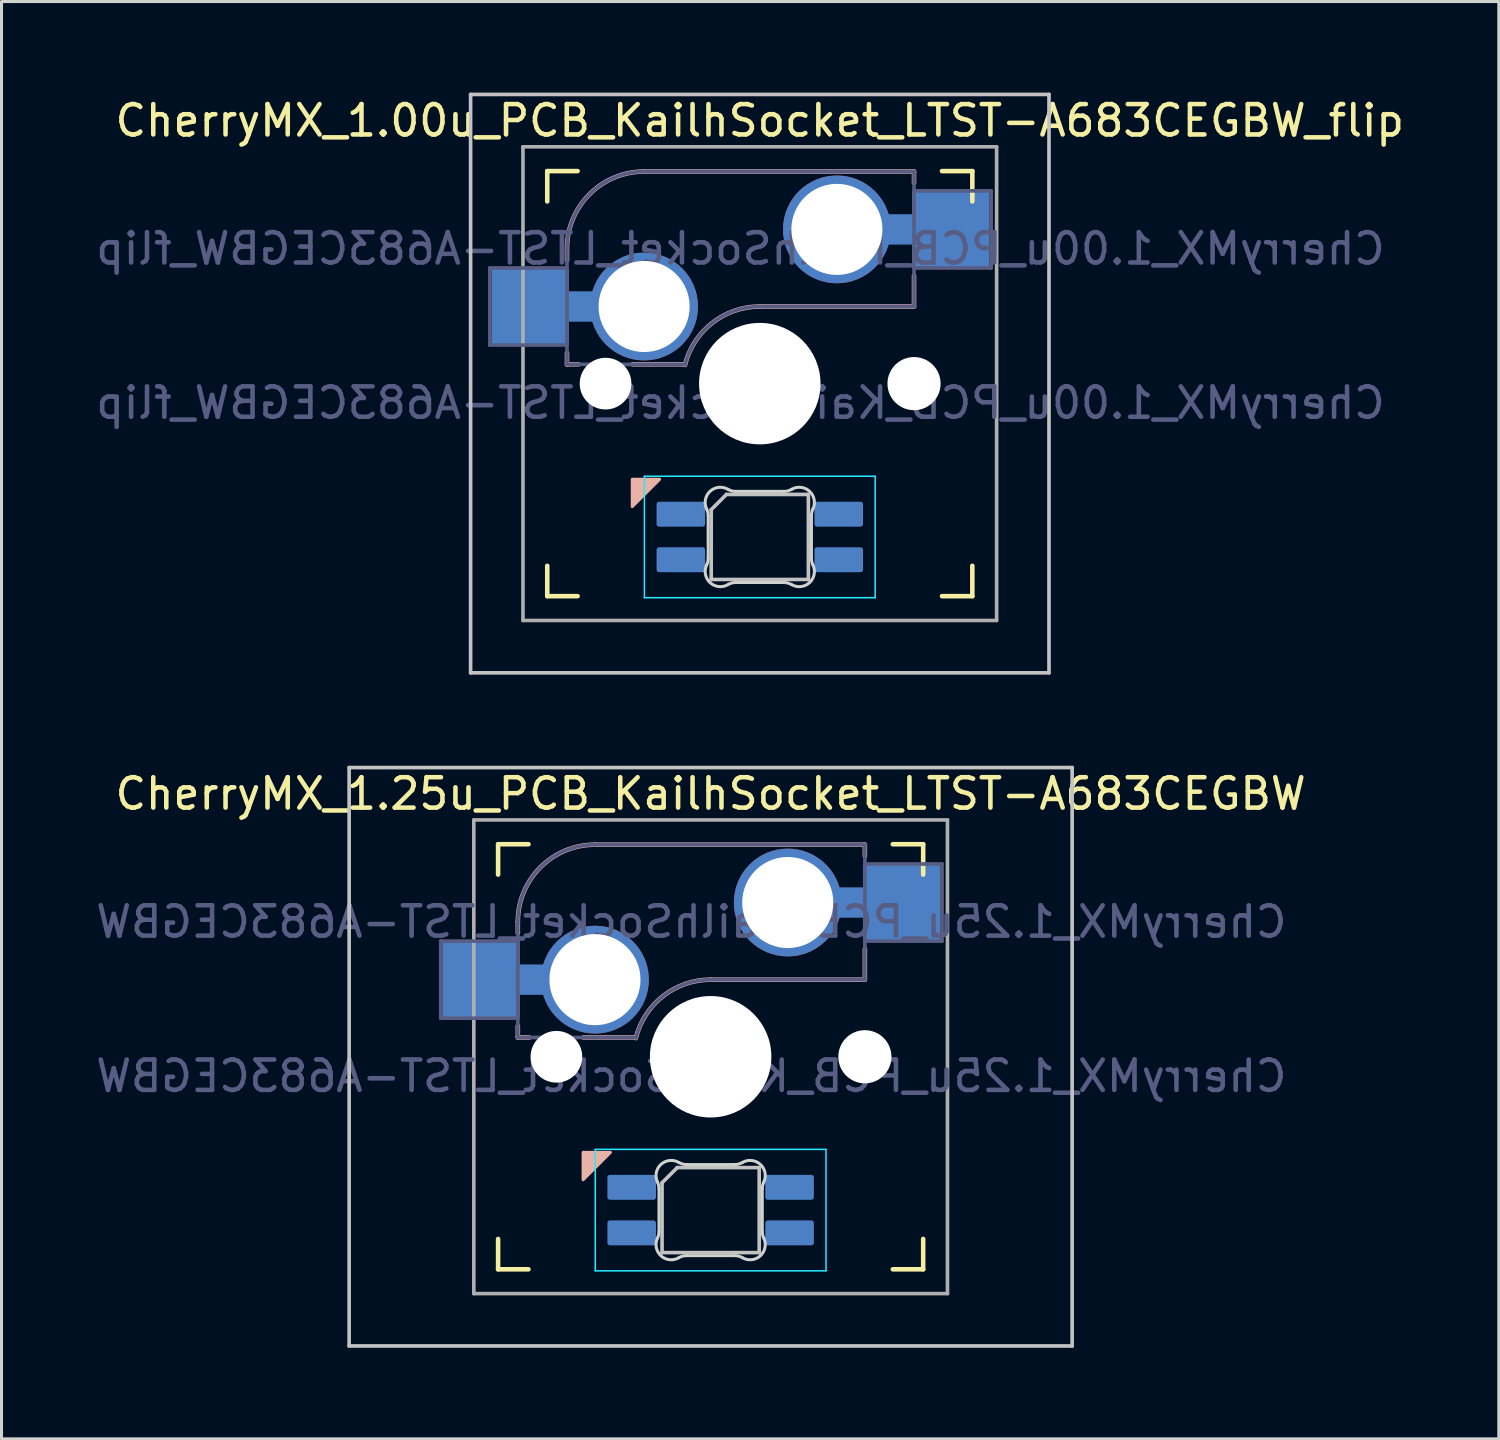
<source format=kicad_pcb>
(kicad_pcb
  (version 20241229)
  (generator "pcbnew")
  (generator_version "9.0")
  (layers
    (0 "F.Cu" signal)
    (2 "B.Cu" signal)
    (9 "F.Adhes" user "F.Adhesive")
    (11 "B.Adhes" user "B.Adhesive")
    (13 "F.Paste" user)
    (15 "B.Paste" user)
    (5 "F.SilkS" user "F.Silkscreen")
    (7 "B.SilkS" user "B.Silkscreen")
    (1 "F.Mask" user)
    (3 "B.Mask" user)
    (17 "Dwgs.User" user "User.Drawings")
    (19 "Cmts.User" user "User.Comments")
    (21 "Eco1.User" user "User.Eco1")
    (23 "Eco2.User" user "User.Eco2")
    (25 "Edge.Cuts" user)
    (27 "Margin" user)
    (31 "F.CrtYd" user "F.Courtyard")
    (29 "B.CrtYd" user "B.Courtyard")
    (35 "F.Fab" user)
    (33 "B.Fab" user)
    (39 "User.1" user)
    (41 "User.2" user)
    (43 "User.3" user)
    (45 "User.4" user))
  (footprint "CherryMX_1.25u_PCB_KailhSocket_LTST-A683CEGBW"
    (layer "F.Cu")
    (at 20.355 31.755)
    (property "Reference" "CherryMX_1.25u_PCB_KailhSocket_LTST-A683CEGBW" (at 0 -8.662 0) (layer "F.SilkS") (effects (font (size 1 1) (thickness 0.15))))
    (property "Value" "CherryMX_1.25u_PCB_KailhSocket_LTST-A683CEGBW" (at 0 8.662 0) (layer "F.Fab") (hide yes) (effects (font (size 1 1) (thickness 0.15))))
    (attr through_hole)
    (fp_line (start -7 -6) (end -7 -7) (stroke (width 0.15) (type solid)) (layer "F.SilkS"))
    (fp_line (start -7 7) (end -7 6) (stroke (width 0.15) (type solid)) (layer "F.SilkS"))
    (fp_line (start -7 7) (end -6 7) (stroke (width 0.15) (type solid)) (layer "F.SilkS"))
    (fp_line (start -6 -7) (end -7 -7) (stroke (width 0.15) (type solid)) (layer "F.SilkS"))
    (fp_line (start 6 7) (end 7 7) (stroke (width 0.15) (type solid)) (layer "F.SilkS"))
    (fp_line (start 7 -7) (end 6 -7) (stroke (width 0.15) (type solid)) (layer "F.SilkS"))
    (fp_line (start 7 -7) (end 7 -6) (stroke (width 0.15) (type solid)) (layer "F.SilkS"))
    (fp_line (start 7 6) (end 7 7) (stroke (width 0.15) (type solid)) (layer "F.SilkS"))
    (fp_line (start -6.35 -4.445) (end -6.35 -4.064) (stroke (width 0.15) (type solid)) (layer "B.SilkS"))
    (fp_line (start -6.35 -1.016) (end -6.35 -0.635) (stroke (width 0.15) (type solid)) (layer "B.SilkS"))
    (fp_line (start -5.969 -0.635) (end -6.35 -0.635) (stroke (width 0.15) (type solid)) (layer "B.SilkS"))
    (fp_line (start -3.81 -6.985) (end 5.08 -6.985) (stroke (width 0.15) (type solid)) (layer "B.SilkS"))
    (fp_line (start -2.464 -0.635) (end -4.191 -0.635) (stroke (width 0.15) (type solid)) (layer "B.SilkS"))
    (fp_line (start 5.08 -6.985) (end 5.08 -6.604) (stroke (width 0.15) (type solid)) (layer "B.SilkS"))
    (fp_line (start 5.08 -3.556) (end 5.08 -2.54) (stroke (width 0.15) (type solid)) (layer "B.SilkS"))
    (fp_line (start 5.08 -2.54) (end 0 -2.54) (stroke (width 0.15) (type solid)) (layer "B.SilkS"))
    (fp_arc (start -6.35 -4.445) (mid -5.606051 -6.241051) (end -3.81 -6.985) (stroke (width 0.15) (type solid)) (layer "B.SilkS"))
    (fp_arc (start -2.464162 -0.61604) (mid -1.563147 -2.002042) (end 0 -2.54) (stroke (width 0.15) (type solid)) (layer "B.SilkS"))
    (fp_poly (pts (xy -4.2 4.05) (xy -3.3 3.15) (xy -4.2 3.15)) (stroke (width 0.1) (type solid)) (fill yes) (layer "B.SilkS"))
    (fp_line (start -11.906 -9.525) (end 11.906 -9.525) (stroke (width 0.12) (type solid)) (layer "Dwgs.User"))
    (fp_line (start -11.906 9.525) (end -11.906 -9.525) (stroke (width 0.12) (type solid)) (layer "Dwgs.User"))
    (fp_line (start -1.6 4.15) (end -1.6 6.45) (stroke (width 0.12) (type solid)) (layer "Dwgs.User"))
    (fp_line (start -1.6 4.15) (end -1.1 3.65) (stroke (width 0.12) (type solid)) (layer "Dwgs.User"))
    (fp_line (start -1.6 6.45) (end 1.6 6.45) (stroke (width 0.12) (type solid)) (layer "Dwgs.User"))
    (fp_line (start 1.6 3.65) (end -1.1 3.65) (stroke (width 0.12) (type solid)) (layer "Dwgs.User"))
    (fp_line (start 1.6 6.45) (end 1.6 3.65) (stroke (width 0.12) (type solid)) (layer "Dwgs.User"))
    (fp_line (start 11.906 -9.525) (end 11.906 9.525) (stroke (width 0.12) (type solid)) (layer "Dwgs.User"))
    (fp_line (start 11.906 9.525) (end -11.906 9.525) (stroke (width 0.12) (type solid)) (layer "Dwgs.User"))
    (fp_line (start -6.9 6.9) (end -6.9 -6.9) (stroke (width 0.15) (type solid)) (layer "Eco2.User"))
    (fp_line (start -6.9 6.9) (end 6.9 6.9) (stroke (width 0.15) (type solid)) (layer "Eco2.User"))
    (fp_line (start 6.9 -6.9) (end -6.9 -6.9) (stroke (width 0.15) (type solid)) (layer "Eco2.User"))
    (fp_line (start 6.9 -6.9) (end 6.9 6.9) (stroke (width 0.15) (type solid)) (layer "Eco2.User"))
    (fp_line (start -1.7 5.753) (end -1.7 4.347) (stroke (width 0.1) (type solid)) (layer "Edge.Cuts"))
    (fp_line (start -0.794 3.55) (end 0.794 3.55) (stroke (width 0.1) (type solid)) (layer "Edge.Cuts"))
    (fp_line (start 0.794 6.55) (end -0.794 6.55) (stroke (width 0.1) (type solid)) (layer "Edge.Cuts"))
    (fp_line (start 1.7 4.347) (end 1.7 5.753) (stroke (width 0.1) (type solid)) (layer "Edge.Cuts"))
    (fp_arc (start -1.749484 4.13028) (mid -1.712527 4.235932) (end -1.699999 4.347158) (stroke (width 0.1) (type solid)) (layer "Edge.Cuts"))
    (fp_arc (start -1.749484 4.130281) (mid -1.638072 3.545965) (end -1.046711 3.481701) (stroke (width 0.1) (type solid)) (layer "Edge.Cuts"))
    (fp_arc (start -1.699999 5.752843) (mid -1.712527 5.864068) (end -1.749484 5.96972) (stroke (width 0.1) (type solid)) (layer "Edge.Cuts"))
    (fp_arc (start -1.046711 6.618298) (mid -1.63807 6.554034) (end -1.749484 5.96972) (stroke (width 0.1) (type solid)) (layer "Edge.Cuts"))
    (fp_arc (start -1.046711 6.618298) (mid -0.925123 6.567376) (end -0.794453 6.549999) (stroke (width 0.1) (type solid)) (layer "Edge.Cuts"))
    (fp_arc (start -0.794452 3.55) (mid -0.925123 3.532623) (end -1.046711 3.481701) (stroke (width 0.1) (type solid)) (layer "Edge.Cuts"))
    (fp_arc (start 0.794453 6.55) (mid 0.925123 6.567377) (end 1.046711 6.618299) (stroke (width 0.1) (type solid)) (layer "Edge.Cuts"))
    (fp_arc (start 1.04671 3.481701) (mid 0.925122 3.532623) (end 0.794452 3.55) (stroke (width 0.1) (type solid)) (layer "Edge.Cuts"))
    (fp_arc (start 1.046711 3.481703) (mid 1.63807 3.545966) (end 1.749484 4.13028) (stroke (width 0.1) (type solid)) (layer "Edge.Cuts"))
    (fp_arc (start 1.699999 4.347157) (mid 1.712527 4.235932) (end 1.749484 4.13028) (stroke (width 0.1) (type solid)) (layer "Edge.Cuts"))
    (fp_arc (start 1.749484 5.96972) (mid 1.638071 6.554035) (end 1.046711 6.618299) (stroke (width 0.1) (type solid)) (layer "Edge.Cuts"))
    (fp_arc (start 1.749484 5.96972) (mid 1.712527 5.864068) (end 1.699999 5.752842) (stroke (width 0.1) (type solid)) (layer "Edge.Cuts"))
    (fp_line (start -3.8 3.05) (end -3.8 7.05) (stroke (width 0.05) (type solid)) (layer "B.CrtYd"))
    (fp_line (start -3.8 7.05) (end 3.8 7.05) (stroke (width 0.05) (type solid)) (layer "B.CrtYd"))
    (fp_line (start 3.8 3.05) (end -3.8 3.05) (stroke (width 0.05) (type solid)) (layer "B.CrtYd"))
    (fp_line (start 3.8 7.05) (end 3.8 3.05) (stroke (width 0.05) (type solid)) (layer "B.CrtYd"))
    (fp_line (start -8.89 -3.81) (end -6.35 -3.81) (stroke (width 0.12) (type solid)) (layer "B.Fab"))
    (fp_line (start -8.89 -1.27) (end -8.89 -3.81) (stroke (width 0.12) (type solid)) (layer "B.Fab"))
    (fp_line (start -6.35 -1.27) (end -8.89 -1.27) (stroke (width 0.12) (type solid)) (layer "B.Fab"))
    (fp_line (start -6.35 -0.635) (end -6.35 -4.445) (stroke (width 0.12) (type solid)) (layer "B.Fab"))
    (fp_line (start -6.35 -0.635) (end -2.54 -0.635) (stroke (width 0.12) (type solid)) (layer "B.Fab"))
    (fp_line (start -3.81 -6.985) (end 5.08 -6.985) (stroke (width 0.12) (type solid)) (layer "B.Fab"))
    (fp_line (start 5.08 -6.985) (end 5.08 -2.54) (stroke (width 0.12) (type solid)) (layer "B.Fab"))
    (fp_line (start 5.08 -6.35) (end 7.62 -6.35) (stroke (width 0.12) (type solid)) (layer "B.Fab"))
    (fp_line (start 5.08 -2.54) (end 0 -2.54) (stroke (width 0.12) (type solid)) (layer "B.Fab"))
    (fp_line (start 7.62 -6.35) (end 7.62 -3.81) (stroke (width 0.12) (type solid)) (layer "B.Fab"))
    (fp_line (start 7.62 -3.81) (end 5.08 -3.81) (stroke (width 0.12) (type solid)) (layer "B.Fab"))
    (fp_arc (start -6.35 -4.445) (mid -5.606051 -6.241051) (end -3.81 -6.985) (stroke (width 0.12) (type solid)) (layer "B.Fab"))
    (fp_arc (start -2.464162 -0.61604) (mid -1.563147 -2.002042) (end 0 -2.54) (stroke (width 0.12) (type solid)) (layer "B.Fab"))
    (fp_line (start -7.8 -7.8) (end -7.8 7.8) (stroke (width 0.12) (type solid)) (layer "F.Fab"))
    (fp_line (start -7.8 -7.8) (end 7.8 -7.8) (stroke (width 0.12) (type solid)) (layer "F.Fab"))
    (fp_line (start -7.8 7.8) (end 7.8 7.8) (stroke (width 0.12) (type solid)) (layer "F.Fab"))
    (fp_line (start 7.8 -7.8) (end 7.8 7.8) (stroke (width 0.12) (type solid)) (layer "F.Fab"))
    (fp_text user "${REFERENCE}" (at -0.635 -4.445 0) (layer "B.Fab") (effects (font (size 1 1) (thickness 0.15)) (justify mirror)))
    (fp_text user "${VALUE}" (at -0.635 0.635 0) (layer "B.Fab") (effects (font (size 1 1) (thickness 0.15)) (justify mirror)))
    (pad "" np_thru_hole circle (at -5.08 0) (size 1.702 1.702) (drill 1.702) (layers "*.Cu" "*.Mask"))
    (pad "" np_thru_hole circle (at 0 0) (size 4 4) (drill 4) (layers "*.Cu" "*.Mask"))
    (pad "" np_thru_hole circle (at 5.08 0) (size 1.702 1.702) (drill 1.702) (layers "*.Cu" "*.Mask"))
    (pad "" np_thru_hole circle (at 5.08 0) (size 1.75 1.75) (drill 1.75) (layers "*.Cu" "*.Mask"))
    (pad "1" smd rect (at -7.56 -2.54) (size 2.55 2.5) (layers "B.Cu" "B.Mask" "B.Paste"))
    (pad "1" connect rect (at -5.715 -2.54 90) (size 1 2.5) (layers "B.Cu"))
    (pad "1" thru_hole circle (at -3.81 -2.54) (size 3.55 3.55) (drill 3) (layers "*.Cu"))
    (pad "2" thru_hole circle (at 2.54 -5.08) (size 3.55 3.55) (drill 3) (layers "*.Cu"))
    (pad "2" connect rect (at 5.015 -5.08 270) (size 1 2.5) (layers "B.Cu"))
    (pad "2" smd rect (at 6.29 -5.08) (size 2.55 2.5) (layers "B.Cu" "B.Mask" "B.Paste"))
    (pad "3" smd roundrect (at -2.6 4.3 90) (size 0.82 1.6) (layers "B.Cu" "B.Mask" "B.Paste") (roundrect_rratio 0.1))
    (pad "4" smd roundrect (at -2.6 5.8 90) (size 0.82 1.6) (layers "B.Cu" "B.Mask" "B.Paste") (roundrect_rratio 0.1))
    (pad "5" smd roundrect (at 2.6 4.3 90) (size 0.82 1.6) (layers "B.Cu" "B.Mask" "B.Paste") (roundrect_rratio 0.1))
    (pad "6" smd roundrect (at 2.6 5.8 90) (size 0.82 1.6) (layers "B.Cu" "B.Mask" "B.Paste") (roundrect_rratio 0.1)))
  (footprint "CherryMX_1.00u_PCB_KailhSocket_LTST-A683CEGBW_flip"
    (layer "F.Cu")
    (at 21.974 9.585)
    (property "Reference" "CherryMX_1.00u_PCB_KailhSocket_LTST-A683CEGBW_flip" (at 0 -8.662 0) (layer "F.SilkS") (effects (font (size 1 1) (thickness 0.15))))
    (property "Value" "CherryMX_1.00u_PCB_KailhSocket_LTST-A683CEGBW_flip" (at 0 8.662 0) (layer "F.Fab") (hide yes) (effects (font (size 1 1) (thickness 0.15))))
    (attr through_hole)
    (fp_line (start -7 -6) (end -7 -7) (stroke (width 0.15) (type solid)) (layer "F.SilkS"))
    (fp_line (start -7 7) (end -7 6) (stroke (width 0.15) (type solid)) (layer "F.SilkS"))
    (fp_line (start -7 7) (end -6 7) (stroke (width 0.15) (type solid)) (layer "F.SilkS"))
    (fp_line (start -6 -7) (end -7 -7) (stroke (width 0.15) (type solid)) (layer "F.SilkS"))
    (fp_line (start 6 7) (end 7 7) (stroke (width 0.15) (type solid)) (layer "F.SilkS"))
    (fp_line (start 7 -7) (end 6 -7) (stroke (width 0.15) (type solid)) (layer "F.SilkS"))
    (fp_line (start 7 -7) (end 7 -6) (stroke (width 0.15) (type solid)) (layer "F.SilkS"))
    (fp_line (start 7 6) (end 7 7) (stroke (width 0.15) (type solid)) (layer "F.SilkS"))
    (fp_line (start -6.35 -4.445) (end -6.35 -4.064) (stroke (width 0.15) (type solid)) (layer "B.SilkS"))
    (fp_line (start -6.35 -1.016) (end -6.35 -0.635) (stroke (width 0.15) (type solid)) (layer "B.SilkS"))
    (fp_line (start -5.969 -0.635) (end -6.35 -0.635) (stroke (width 0.15) (type solid)) (layer "B.SilkS"))
    (fp_line (start -3.81 -6.985) (end 5.08 -6.985) (stroke (width 0.15) (type solid)) (layer "B.SilkS"))
    (fp_line (start -2.464 -0.635) (end -4.191 -0.635) (stroke (width 0.15) (type solid)) (layer "B.SilkS"))
    (fp_line (start 5.08 -6.985) (end 5.08 -6.604) (stroke (width 0.15) (type solid)) (layer "B.SilkS"))
    (fp_line (start 5.08 -3.556) (end 5.08 -2.54) (stroke (width 0.15) (type solid)) (layer "B.SilkS"))
    (fp_line (start 5.08 -2.54) (end 0 -2.54) (stroke (width 0.15) (type solid)) (layer "B.SilkS"))
    (fp_arc (start -6.35 -4.445) (mid -5.606051 -6.241051) (end -3.81 -6.985) (stroke (width 0.15) (type solid)) (layer "B.SilkS"))
    (fp_arc (start -2.464162 -0.61604) (mid -1.563147 -2.002042) (end 0 -2.54) (stroke (width 0.15) (type solid)) (layer "B.SilkS"))
    (fp_poly (pts (xy -4.2 4.05) (xy -3.3 3.15) (xy -4.2 3.15)) (stroke (width 0.1) (type solid)) (fill yes) (layer "B.SilkS"))
    (fp_line (start -9.525 -9.525) (end 9.525 -9.525) (stroke (width 0.12) (type solid)) (layer "Dwgs.User"))
    (fp_line (start -9.525 9.525) (end -9.525 -9.525) (stroke (width 0.12) (type solid)) (layer "Dwgs.User"))
    (fp_line (start -1.6 4.15) (end -1.6 6.45) (stroke (width 0.12) (type solid)) (layer "Dwgs.User"))
    (fp_line (start -1.6 4.15) (end -1.1 3.65) (stroke (width 0.12) (type solid)) (layer "Dwgs.User"))
    (fp_line (start -1.6 6.45) (end 1.6 6.45) (stroke (width 0.12) (type solid)) (layer "Dwgs.User"))
    (fp_line (start 1.6 3.65) (end -1.1 3.65) (stroke (width 0.12) (type solid)) (layer "Dwgs.User"))
    (fp_line (start 1.6 6.45) (end 1.6 3.65) (stroke (width 0.12) (type solid)) (layer "Dwgs.User"))
    (fp_line (start 9.525 -9.525) (end 9.525 9.525) (stroke (width 0.12) (type solid)) (layer "Dwgs.User"))
    (fp_line (start 9.525 9.525) (end -9.525 9.525) (stroke (width 0.12) (type solid)) (layer "Dwgs.User"))
    (fp_line (start -6.9 6.9) (end -6.9 -6.9) (stroke (width 0.15) (type solid)) (layer "Eco2.User"))
    (fp_line (start -6.9 6.9) (end 6.9 6.9) (stroke (width 0.15) (type solid)) (layer "Eco2.User"))
    (fp_line (start 6.9 -6.9) (end -6.9 -6.9) (stroke (width 0.15) (type solid)) (layer "Eco2.User"))
    (fp_line (start 6.9 -6.9) (end 6.9 6.9) (stroke (width 0.15) (type solid)) (layer "Eco2.User"))
    (fp_line (start -1.7 5.753) (end -1.7 4.347) (stroke (width 0.1) (type solid)) (layer "Edge.Cuts"))
    (fp_line (start -0.794 3.55) (end 0.794 3.55) (stroke (width 0.1) (type solid)) (layer "Edge.Cuts"))
    (fp_line (start 0.794 6.55) (end -0.794 6.55) (stroke (width 0.1) (type solid)) (layer "Edge.Cuts"))
    (fp_line (start 1.7 4.347) (end 1.7 5.753) (stroke (width 0.1) (type solid)) (layer "Edge.Cuts"))
    (fp_arc (start -1.749484 4.13028) (mid -1.712527 4.235932) (end -1.699999 4.347158) (stroke (width 0.1) (type solid)) (layer "Edge.Cuts"))
    (fp_arc (start -1.749484 4.130281) (mid -1.638072 3.545965) (end -1.046711 3.481701) (stroke (width 0.1) (type solid)) (layer "Edge.Cuts"))
    (fp_arc (start -1.699999 5.752843) (mid -1.712527 5.864068) (end -1.749484 5.96972) (stroke (width 0.1) (type solid)) (layer "Edge.Cuts"))
    (fp_arc (start -1.046711 6.618298) (mid -1.63807 6.554034) (end -1.749484 5.96972) (stroke (width 0.1) (type solid)) (layer "Edge.Cuts"))
    (fp_arc (start -1.046711 6.618298) (mid -0.925123 6.567376) (end -0.794453 6.549999) (stroke (width 0.1) (type solid)) (layer "Edge.Cuts"))
    (fp_arc (start -0.794452 3.55) (mid -0.925123 3.532623) (end -1.046711 3.481701) (stroke (width 0.1) (type solid)) (layer "Edge.Cuts"))
    (fp_arc (start 0.794453 6.55) (mid 0.925123 6.567377) (end 1.046711 6.618299) (stroke (width 0.1) (type solid)) (layer "Edge.Cuts"))
    (fp_arc (start 1.04671 3.481701) (mid 0.925122 3.532623) (end 0.794452 3.55) (stroke (width 0.1) (type solid)) (layer "Edge.Cuts"))
    (fp_arc (start 1.046711 3.481703) (mid 1.63807 3.545966) (end 1.749484 4.13028) (stroke (width 0.1) (type solid)) (layer "Edge.Cuts"))
    (fp_arc (start 1.699999 4.347157) (mid 1.712527 4.235932) (end 1.749484 4.13028) (stroke (width 0.1) (type solid)) (layer "Edge.Cuts"))
    (fp_arc (start 1.749484 5.96972) (mid 1.638071 6.554035) (end 1.046711 6.618299) (stroke (width 0.1) (type solid)) (layer "Edge.Cuts"))
    (fp_arc (start 1.749484 5.96972) (mid 1.712527 5.864068) (end 1.699999 5.752842) (stroke (width 0.1) (type solid)) (layer "Edge.Cuts"))
    (fp_line (start -3.8 3.05) (end -3.8 7.05) (stroke (width 0.05) (type solid)) (layer "B.CrtYd"))
    (fp_line (start -3.8 7.05) (end 3.8 7.05) (stroke (width 0.05) (type solid)) (layer "B.CrtYd"))
    (fp_line (start 3.8 3.05) (end -3.8 3.05) (stroke (width 0.05) (type solid)) (layer "B.CrtYd"))
    (fp_line (start 3.8 7.05) (end 3.8 3.05) (stroke (width 0.05) (type solid)) (layer "B.CrtYd"))
    (fp_line (start -8.89 -3.81) (end -6.35 -3.81) (stroke (width 0.12) (type solid)) (layer "B.Fab"))
    (fp_line (start -8.89 -1.27) (end -8.89 -3.81) (stroke (width 0.12) (type solid)) (layer "B.Fab"))
    (fp_line (start -6.35 -1.27) (end -8.89 -1.27) (stroke (width 0.12) (type solid)) (layer "B.Fab"))
    (fp_line (start -6.35 -0.635) (end -6.35 -4.445) (stroke (width 0.12) (type solid)) (layer "B.Fab"))
    (fp_line (start -6.35 -0.635) (end -2.54 -0.635) (stroke (width 0.12) (type solid)) (layer "B.Fab"))
    (fp_line (start -3.81 -6.985) (end 5.08 -6.985) (stroke (width 0.12) (type solid)) (layer "B.Fab"))
    (fp_line (start 5.08 -6.985) (end 5.08 -2.54) (stroke (width 0.12) (type solid)) (layer "B.Fab"))
    (fp_line (start 5.08 -6.35) (end 7.62 -6.35) (stroke (width 0.12) (type solid)) (layer "B.Fab"))
    (fp_line (start 5.08 -2.54) (end 0 -2.54) (stroke (width 0.12) (type solid)) (layer "B.Fab"))
    (fp_line (start 7.62 -6.35) (end 7.62 -3.81) (stroke (width 0.12) (type solid)) (layer "B.Fab"))
    (fp_line (start 7.62 -3.81) (end 5.08 -3.81) (stroke (width 0.12) (type solid)) (layer "B.Fab"))
    (fp_arc (start -6.35 -4.445) (mid -5.606051 -6.241051) (end -3.81 -6.985) (stroke (width 0.12) (type solid)) (layer "B.Fab"))
    (fp_arc (start -2.464162 -0.61604) (mid -1.563147 -2.002042) (end 0 -2.54) (stroke (width 0.12) (type solid)) (layer "B.Fab"))
    (fp_line (start -7.8 -7.8) (end -7.8 7.8) (stroke (width 0.12) (type solid)) (layer "F.Fab"))
    (fp_line (start -7.8 -7.8) (end 7.8 -7.8) (stroke (width 0.12) (type solid)) (layer "F.Fab"))
    (fp_line (start -7.8 7.8) (end 7.8 7.8) (stroke (width 0.12) (type solid)) (layer "F.Fab"))
    (fp_line (start 7.8 -7.8) (end 7.8 7.8) (stroke (width 0.12) (type solid)) (layer "F.Fab"))
    (fp_text user "${REFERENCE}" (at -0.635 -4.445 0) (layer "B.Fab") (effects (font (size 1 1) (thickness 0.15)) (justify mirror)))
    (fp_text user "${VALUE}" (at -0.635 0.635 0) (layer "B.Fab") (effects (font (size 1 1) (thickness 0.15)) (justify mirror)))
    (pad "" np_thru_hole circle (at -5.08 0) (size 1.702 1.702) (drill 1.702) (layers "*.Cu" "*.Mask"))
    (pad "" np_thru_hole circle (at 0 0) (size 4 4) (drill 4) (layers "*.Cu" "*.Mask"))
    (pad "" np_thru_hole circle (at 5.08 0) (size 1.702 1.702) (drill 1.702) (layers "*.Cu" "*.Mask"))
    (pad "" np_thru_hole circle (at 5.08 0) (size 1.75 1.75) (drill 1.75) (layers "*.Cu" "*.Mask"))
    (pad "1" thru_hole circle (at 2.54 -5.08) (size 3.55 3.55) (drill 3) (layers "*.Cu"))
    (pad "1" connect rect (at 5.015 -5.08 270) (size 1 2.5) (layers "B.Cu"))
    (pad "1" smd rect (at 6.29 -5.08) (size 2.55 2.5) (layers "B.Cu" "B.Mask" "B.Paste"))
    (pad "2" smd rect (at -7.56 -2.54) (size 2.55 2.5) (layers "B.Cu" "B.Mask" "B.Paste"))
    (pad "2" connect rect (at -5.715 -2.54 90) (size 1 2.5) (layers "B.Cu"))
    (pad "2" thru_hole circle (at -3.81 -2.54) (size 3.55 3.55) (drill 3) (layers "*.Cu"))
    (pad "3" smd roundrect (at -2.6 4.3 90) (size 0.82 1.6) (layers "B.Cu" "B.Mask" "B.Paste") (roundrect_rratio 0.1))
    (pad "4" smd roundrect (at -2.6 5.8 90) (size 0.82 1.6) (layers "B.Cu" "B.Mask" "B.Paste") (roundrect_rratio 0.1))
    (pad "5" smd roundrect (at 2.6 4.3 90) (size 0.82 1.6) (layers "B.Cu" "B.Mask" "B.Paste") (roundrect_rratio 0.1))
    (pad "6" smd roundrect (at 2.6 5.8 90) (size 0.82 1.6) (layers "B.Cu" "B.Mask" "B.Paste") (roundrect_rratio 0.1)))
  (gr_rect
    (start -3 -3)
    (end 46.314 44.34)
    (stroke (width 0.1) (type default))
    (fill no)
    (layer "Edge.Cuts")))
</source>
